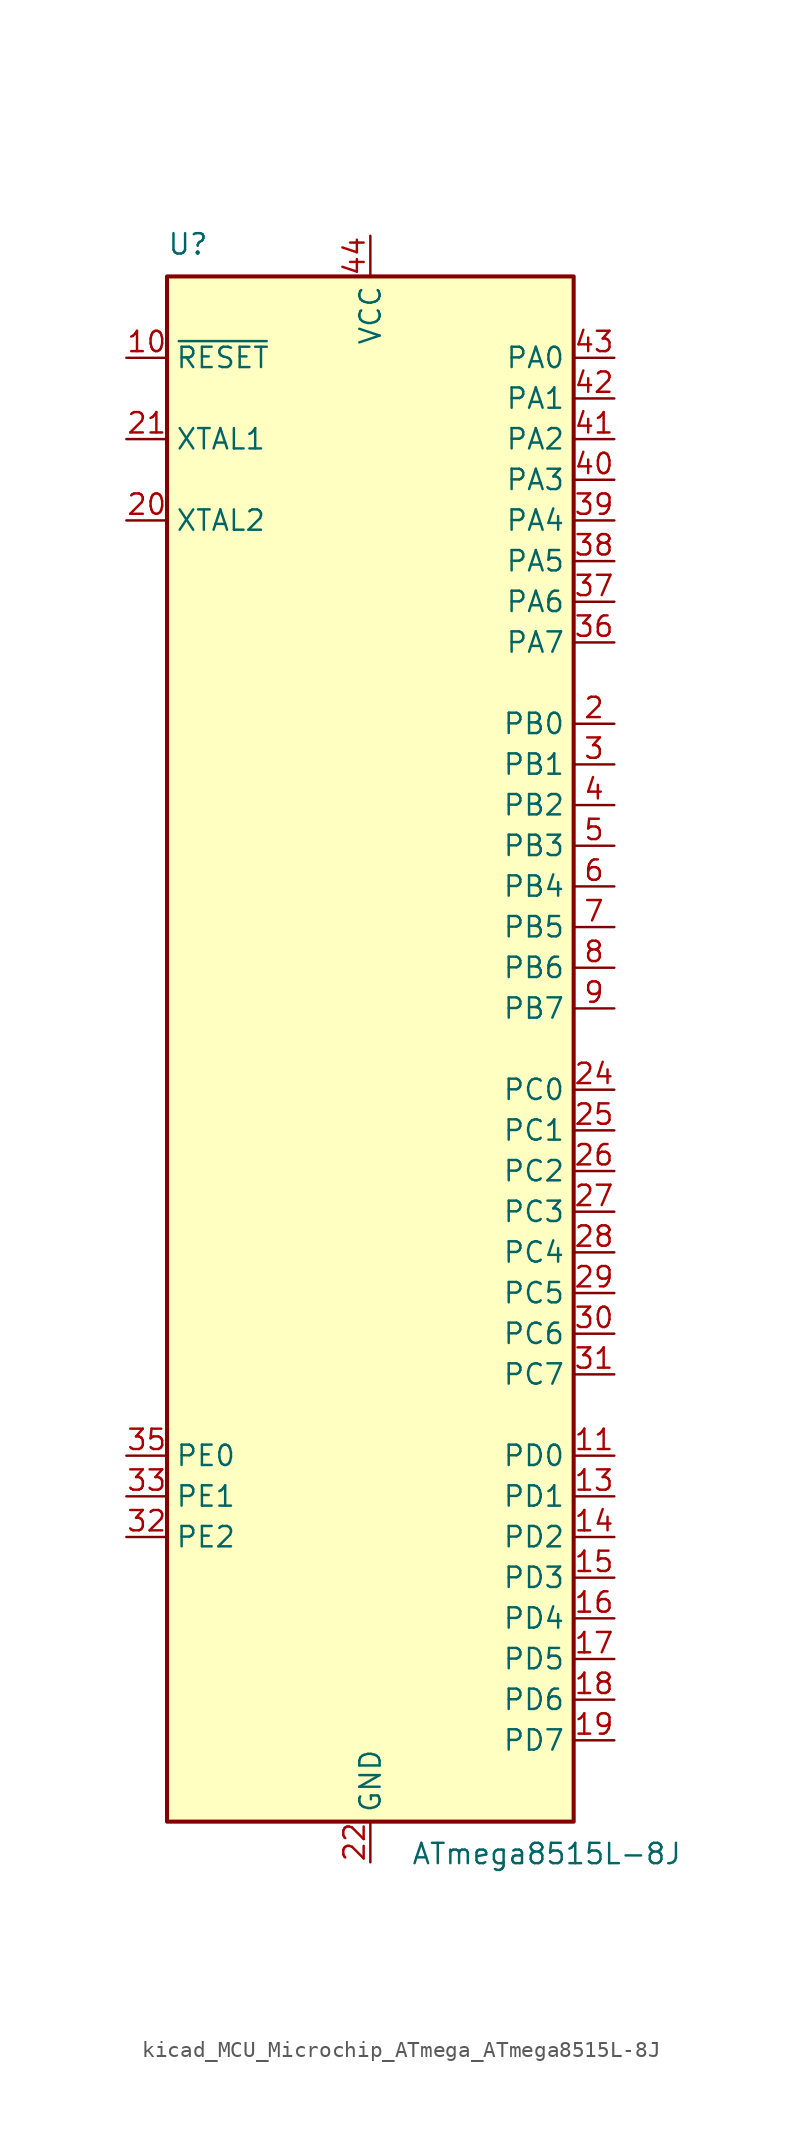
<source format=kicad_sym>
(kicad_symbol_lib
  (version 20220914)
  (generator kicad_symbol_editor)
  (symbol "kicad_MCU_Microchip_ATmega_ATmega8515L-8J"
    (property "Reference" "U"
      (at -12.7 49.53 0)
      (effects (font (size 1.27 1.27)) (justify left bottom)))
    (property "Value" "ATmega8515L-8J"
      (at 2.54 -49.53 0)
      (effects (font (size 1.27 1.27)) (justify left top)))
    (symbol "kicad_MCU_Microchip_ATmega_ATmega8515L-8J_0_1"
      (rectangle (start -12.7 -48.26) (end 12.7 48.26) (stroke (width 0.254) (type default)) (fill (type background))))
    (symbol "kicad_MCU_Microchip_ATmega_ATmega8515L-8J_1_1"
      (pin no_connect line (at -12.7 -38.1 0) (length 2.54) hide (name "NC" (effects (font (size 1.27 1.27)))) (number "1" (effects (font (size 1.27 1.27)))))
      (pin input line (at -15.24 43.18 0) (length 2.54) (name "~{RESET}" (effects (font (size 1.27 1.27)))) (number "10" (effects (font (size 1.27 1.27)))))
      (pin bidirectional line (at 15.24 -25.4 180) (length 2.54) (name "PD0" (effects (font (size 1.27 1.27)))) (number "11" (effects (font (size 1.27 1.27)))))
      (pin no_connect line (at -12.7 -40.64 0) (length 2.54) hide (name "NC" (effects (font (size 1.27 1.27)))) (number "12" (effects (font (size 1.27 1.27)))))
      (pin bidirectional line (at 15.24 -27.94 180) (length 2.54) (name "PD1" (effects (font (size 1.27 1.27)))) (number "13" (effects (font (size 1.27 1.27)))))
      (pin bidirectional line (at 15.24 -30.48 180) (length 2.54) (name "PD2" (effects (font (size 1.27 1.27)))) (number "14" (effects (font (size 1.27 1.27)))))
      (pin bidirectional line (at 15.24 -33.02 180) (length 2.54) (name "PD3" (effects (font (size 1.27 1.27)))) (number "15" (effects (font (size 1.27 1.27)))))
      (pin bidirectional line (at 15.24 -35.56 180) (length 2.54) (name "PD4" (effects (font (size 1.27 1.27)))) (number "16" (effects (font (size 1.27 1.27)))))
      (pin bidirectional line (at 15.24 -38.1 180) (length 2.54) (name "PD5" (effects (font (size 1.27 1.27)))) (number "17" (effects (font (size 1.27 1.27)))))
      (pin bidirectional line (at 15.24 -40.64 180) (length 2.54) (name "PD6" (effects (font (size 1.27 1.27)))) (number "18" (effects (font (size 1.27 1.27)))))
      (pin bidirectional line (at 15.24 -43.18 180) (length 2.54) (name "PD7" (effects (font (size 1.27 1.27)))) (number "19" (effects (font (size 1.27 1.27)))))
      (pin bidirectional line (at 15.24 20.32 180) (length 2.54) (name "PB0" (effects (font (size 1.27 1.27)))) (number "2" (effects (font (size 1.27 1.27)))))
      (pin output line (at -15.24 33.02 0) (length 2.54) (name "XTAL2" (effects (font (size 1.27 1.27)))) (number "20" (effects (font (size 1.27 1.27)))))
      (pin input line (at -15.24 38.1 0) (length 2.54) (name "XTAL1" (effects (font (size 1.27 1.27)))) (number "21" (effects (font (size 1.27 1.27)))))
      (pin power_in line (at 0 -50.8 90) (length 2.54) (name "GND" (effects (font (size 1.27 1.27)))) (number "22" (effects (font (size 1.27 1.27)))))
      (pin no_connect line (at -12.7 -43.18 0) (length 2.54) hide (name "NC" (effects (font (size 1.27 1.27)))) (number "23" (effects (font (size 1.27 1.27)))))
      (pin bidirectional line (at 15.24 -2.54 180) (length 2.54) (name "PC0" (effects (font (size 1.27 1.27)))) (number "24" (effects (font (size 1.27 1.27)))))
      (pin bidirectional line (at 15.24 -5.08 180) (length 2.54) (name "PC1" (effects (font (size 1.27 1.27)))) (number "25" (effects (font (size 1.27 1.27)))))
      (pin bidirectional line (at 15.24 -7.62 180) (length 2.54) (name "PC2" (effects (font (size 1.27 1.27)))) (number "26" (effects (font (size 1.27 1.27)))))
      (pin bidirectional line (at 15.24 -10.16 180) (length 2.54) (name "PC3" (effects (font (size 1.27 1.27)))) (number "27" (effects (font (size 1.27 1.27)))))
      (pin bidirectional line (at 15.24 -12.7 180) (length 2.54) (name "PC4" (effects (font (size 1.27 1.27)))) (number "28" (effects (font (size 1.27 1.27)))))
      (pin bidirectional line (at 15.24 -15.24 180) (length 2.54) (name "PC5" (effects (font (size 1.27 1.27)))) (number "29" (effects (font (size 1.27 1.27)))))
      (pin bidirectional line (at 15.24 17.78 180) (length 2.54) (name "PB1" (effects (font (size 1.27 1.27)))) (number "3" (effects (font (size 1.27 1.27)))))
      (pin bidirectional line (at 15.24 -17.78 180) (length 2.54) (name "PC6" (effects (font (size 1.27 1.27)))) (number "30" (effects (font (size 1.27 1.27)))))
      (pin bidirectional line (at 15.24 -20.32 180) (length 2.54) (name "PC7" (effects (font (size 1.27 1.27)))) (number "31" (effects (font (size 1.27 1.27)))))
      (pin bidirectional line (at -15.24 -30.48 0) (length 2.54) (name "PE2" (effects (font (size 1.27 1.27)))) (number "32" (effects (font (size 1.27 1.27)))))
      (pin bidirectional line (at -15.24 -27.94 0) (length 2.54) (name "PE1" (effects (font (size 1.27 1.27)))) (number "33" (effects (font (size 1.27 1.27)))))
      (pin no_connect line (at -12.7 -45.72 0) (length 2.54) hide (name "NC" (effects (font (size 1.27 1.27)))) (number "34" (effects (font (size 1.27 1.27)))))
      (pin bidirectional line (at -15.24 -25.4 0) (length 2.54) (name "PE0" (effects (font (size 1.27 1.27)))) (number "35" (effects (font (size 1.27 1.27)))))
      (pin bidirectional line (at 15.24 25.4 180) (length 2.54) (name "PA7" (effects (font (size 1.27 1.27)))) (number "36" (effects (font (size 1.27 1.27)))))
      (pin bidirectional line (at 15.24 27.94 180) (length 2.54) (name "PA6" (effects (font (size 1.27 1.27)))) (number "37" (effects (font (size 1.27 1.27)))))
      (pin bidirectional line (at 15.24 30.48 180) (length 2.54) (name "PA5" (effects (font (size 1.27 1.27)))) (number "38" (effects (font (size 1.27 1.27)))))
      (pin bidirectional line (at 15.24 33.02 180) (length 2.54) (name "PA4" (effects (font (size 1.27 1.27)))) (number "39" (effects (font (size 1.27 1.27)))))
      (pin bidirectional line (at 15.24 15.24 180) (length 2.54) (name "PB2" (effects (font (size 1.27 1.27)))) (number "4" (effects (font (size 1.27 1.27)))))
      (pin bidirectional line (at 15.24 35.56 180) (length 2.54) (name "PA3" (effects (font (size 1.27 1.27)))) (number "40" (effects (font (size 1.27 1.27)))))
      (pin bidirectional line (at 15.24 38.1 180) (length 2.54) (name "PA2" (effects (font (size 1.27 1.27)))) (number "41" (effects (font (size 1.27 1.27)))))
      (pin bidirectional line (at 15.24 40.64 180) (length 2.54) (name "PA1" (effects (font (size 1.27 1.27)))) (number "42" (effects (font (size 1.27 1.27)))))
      (pin bidirectional line (at 15.24 43.18 180) (length 2.54) (name "PA0" (effects (font (size 1.27 1.27)))) (number "43" (effects (font (size 1.27 1.27)))))
      (pin power_in line (at 0 50.8 270) (length 2.54) (name "VCC" (effects (font (size 1.27 1.27)))) (number "44" (effects (font (size 1.27 1.27)))))
      (pin bidirectional line (at 15.24 12.7 180) (length 2.54) (name "PB3" (effects (font (size 1.27 1.27)))) (number "5" (effects (font (size 1.27 1.27)))))
      (pin bidirectional line (at 15.24 10.16 180) (length 2.54) (name "PB4" (effects (font (size 1.27 1.27)))) (number "6" (effects (font (size 1.27 1.27)))))
      (pin bidirectional line (at 15.24 7.62 180) (length 2.54) (name "PB5" (effects (font (size 1.27 1.27)))) (number "7" (effects (font (size 1.27 1.27)))))
      (pin bidirectional line (at 15.24 5.08 180) (length 2.54) (name "PB6" (effects (font (size 1.27 1.27)))) (number "8" (effects (font (size 1.27 1.27)))))
      (pin bidirectional line (at 15.24 2.54 180) (length 2.54) (name "PB7" (effects (font (size 1.27 1.27)))) (number "9" (effects (font (size 1.27 1.27))))))))
</source>
